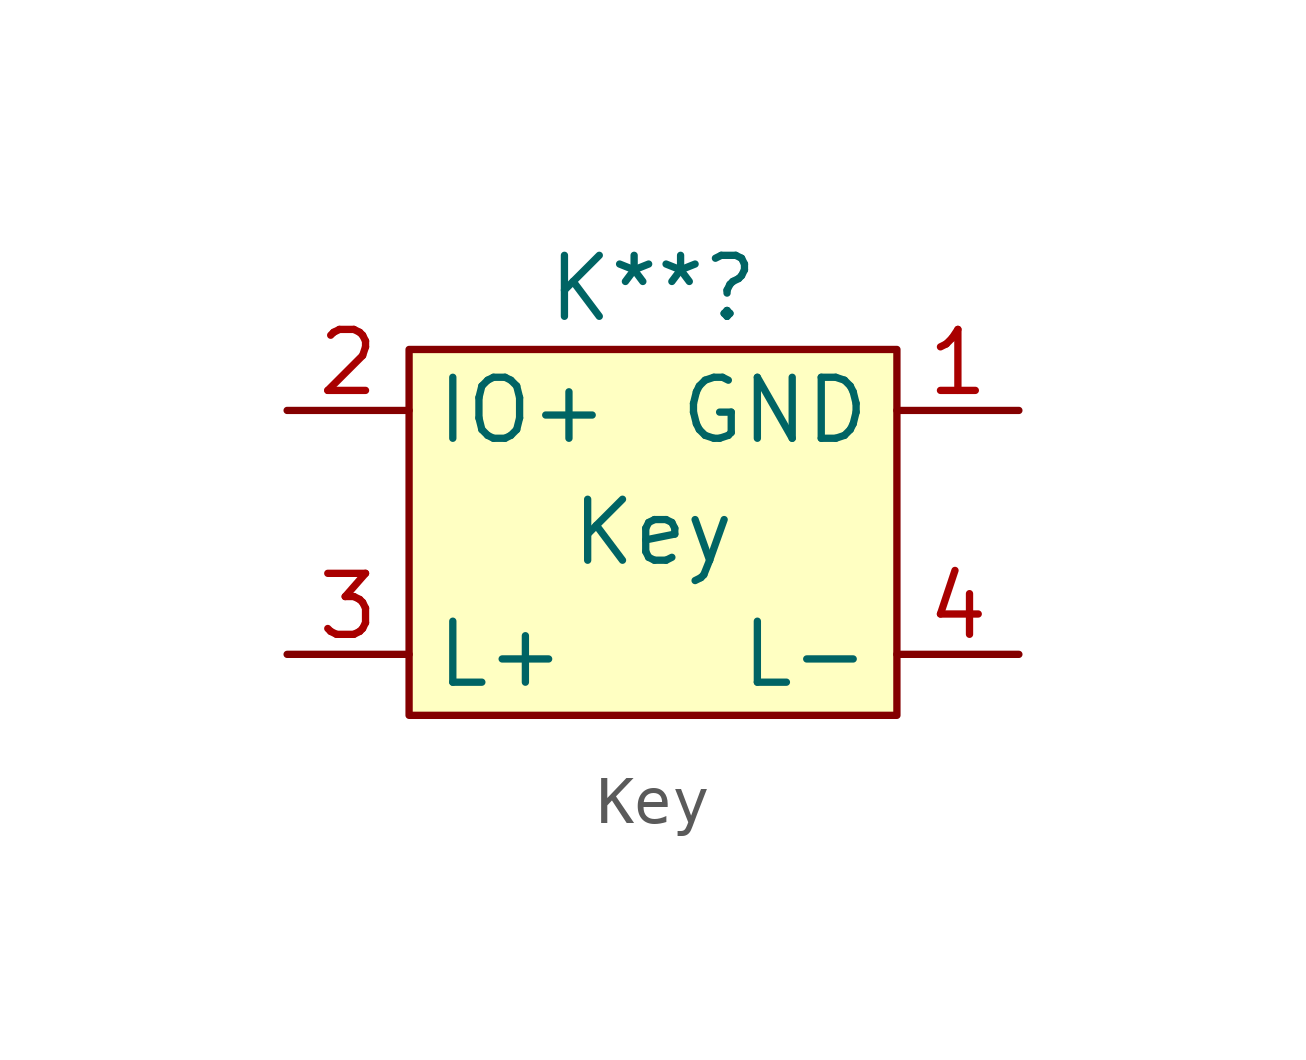
<source format=kicad_sym>
(kicad_symbol_lib
  (version 20211014)
  (generator kicad_symbol_editor)
  (symbol "Key"
    (property "Reference" "K**"
      (at 0 5.08 0)
      (effects (font (size 1.27 1.27))))
    (property "Value" "Key"
      (at 0 0 0)
      (effects (font (size 1.27 1.27))))
    (symbol "Key_0_1"
      (rectangle (start -5.08 3.81) (end 5.08 -3.81) (stroke (width 0) (type default) (color 0 0 0 0)) (fill (type background))))
    (symbol "Key_1_1"
      (pin passive line (at 7.62 2.54 180) (length 2.54) (name "GND" (effects (font (size 1.27 1.27)))) (number "1" (effects (font (size 1.27 1.27)))))
      (pin passive line (at -7.62 2.54 0) (length 2.54) (name "IO+" (effects (font (size 1.27 1.27)))) (number "2" (effects (font (size 1.27 1.27)))))
      (pin input line (at -7.62 -2.54 0) (length 2.54) (name "L+" (effects (font (size 1.27 1.27)))) (number "3" (effects (font (size 1.27 1.27)))))
      (pin passive line (at 7.62 -2.54 180) (length 2.54) (name "L-" (effects (font (size 1.27 1.27)))) (number "4" (effects (font (size 1.27 1.27))))))))
</source>
